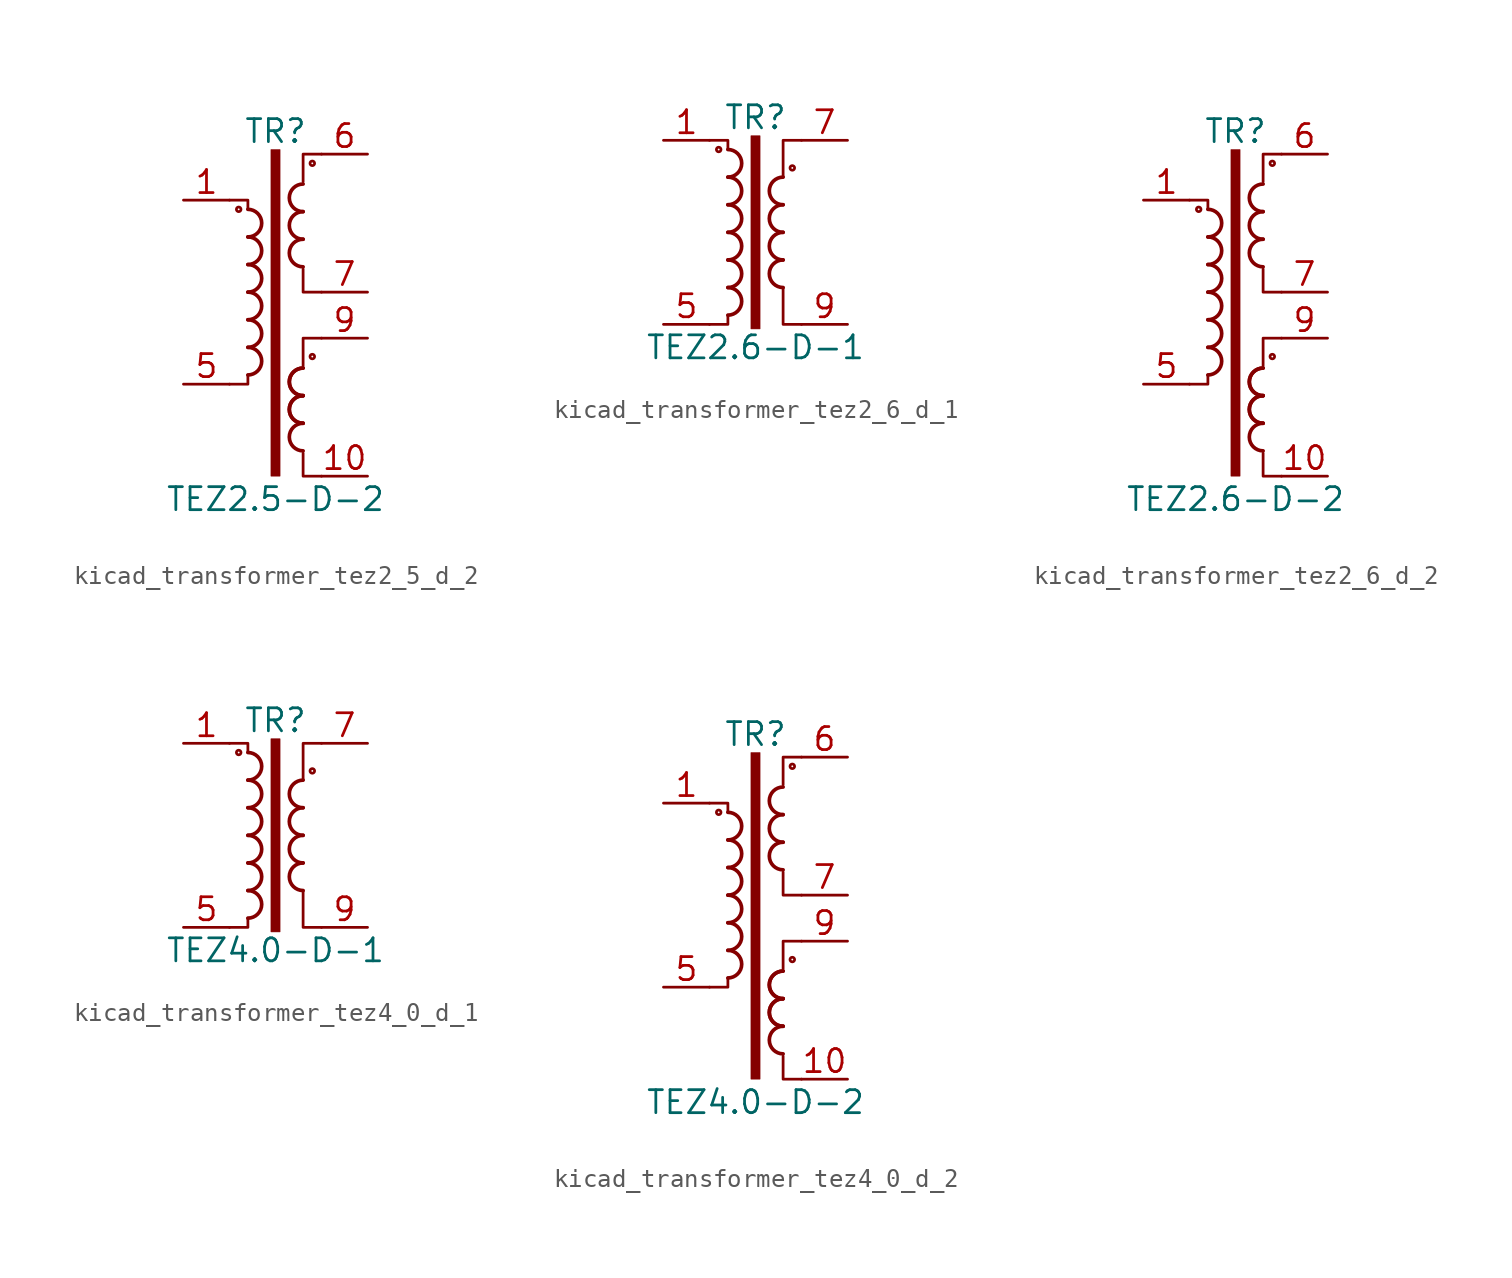
<source format=kicad_sym>
(kicad_symbol_lib
  (version 20220914)
  (generator kicad_symbol_editor)
  (symbol "kicad_transformer_tez2_5_d_2"
    (pin_names
      (offset 0.025))
    (property "Reference" "TR"
      (at 0 8.89 0)
      (effects (font (size 1.27 1.27))))
    (property "Value" "TEZ2.5-D-2"
      (at 0 -11.43 0)
      (effects (font (size 1.27 1.27))))
    (symbol "kicad_transformer_tez2_5_d_2_0_1"
      (circle (center -2.032 4.572) (radius 0.127) (stroke (width 0) (type default)) (fill (type none)))
      (arc (start -1.524 -4.572) (mid -0.7653 -3.81) (end -1.524 -3.048) (stroke (width 0.2032) (type default)) (fill (type none)))
      (arc (start -1.524 -3.048) (mid -0.7653 -2.286) (end -1.524 -1.524) (stroke (width 0.2032) (type default)) (fill (type none)))
      (arc (start -1.524 -1.524) (mid -0.7653 -0.762) (end -1.524 0) (stroke (width 0.2032) (type default)) (fill (type none)))
      (arc (start -1.524 0) (mid -0.7653 0.762) (end -1.524 1.524) (stroke (width 0.2032) (type default)) (fill (type none)))
      (arc (start -1.524 1.524) (mid -0.7653 2.286) (end -1.524 3.048) (stroke (width 0.2032) (type default)) (fill (type none)))
      (arc (start -1.524 3.048) (mid -0.7653 3.81) (end -1.524 4.572) (stroke (width 0.2032) (type default)) (fill (type none)))
      (rectangle (start -0.254 7.874) (end 0.254 -10.16) (stroke (width 0.025) (type default)) (fill (type outline)))
      (polyline (pts (xy -1.524 -4.572) (xy -1.524 -5.08) (xy -2.54 -5.08)) (stroke (width 0) (type default)) (fill (type none)))
      (polyline (pts (xy -1.524 4.572) (xy -1.524 5.08) (xy -2.54 5.08)) (stroke (width 0) (type default)) (fill (type none)))
      (polyline (pts (xy 1.524 -8.89) (xy 1.524 -10.16) (xy 2.54 -10.16)) (stroke (width 0) (type default)) (fill (type none)))
      (polyline (pts (xy 2.54 -2.54) (xy 1.524 -2.54) (xy 1.524 -4.064)) (stroke (width 0) (type default)) (fill (type none)))
      (polyline (pts (xy 2.54 0) (xy 1.524 0) (xy 1.524 1.27)) (stroke (width 0) (type default)) (fill (type none)))
      (polyline (pts (xy 2.54 7.62) (xy 1.524 7.62) (xy 1.524 6.096)) (stroke (width 0) (type default)) (fill (type none)))
      (arc (start 1.524 -7.239) (mid 0.7653 -8.001) (end 1.524 -8.763) (stroke (width 0.2032) (type default)) (fill (type none)))
      (arc (start 1.524 -5.715) (mid 0.7653 -6.477) (end 1.524 -7.239) (stroke (width 0.2032) (type default)) (fill (type none)))
      (arc (start 1.524 -5.715) (mid 0.7653 -6.477) (end 1.524 -7.239) (stroke (width 0.2032) (type default)) (fill (type none)))
      (arc (start 1.524 -4.191) (mid 0.7653 -4.953) (end 1.524 -5.715) (stroke (width 0.2032) (type default)) (fill (type none)))
      (arc (start 1.524 -4.191) (mid 0.7653 -4.953) (end 1.524 -5.715) (stroke (width 0.2032) (type default)) (fill (type none)))
      (arc (start 1.524 2.921) (mid 0.7653 2.159) (end 1.524 1.397) (stroke (width 0.2032) (type default)) (fill (type none)))
      (arc (start 1.524 4.445) (mid 0.7653 3.683) (end 1.524 2.921) (stroke (width 0.2032) (type default)) (fill (type none)))
      (arc (start 1.524 5.969) (mid 0.7653 5.207) (end 1.524 4.445) (stroke (width 0.2032) (type default)) (fill (type none)))
      (circle (center 2.032 -3.556) (radius 0.127) (stroke (width 0) (type default)) (fill (type none)))
      (circle (center 2.032 7.112) (radius 0.127) (stroke (width 0) (type default)) (fill (type none))))
    (symbol "kicad_transformer_tez2_5_d_2_1_1"
      (pin passive line (at -5.08 5.08 0) (length 2.54) (name "~" (effects (font (size 1.27 1.27)))) (number "1" (effects (font (size 1.27 1.27)))))
      (pin passive line (at 5.08 -10.16 180) (length 2.54) (name "~" (effects (font (size 1.27 1.27)))) (number "10" (effects (font (size 1.27 1.27)))))
      (pin passive line (at -5.08 -5.08 0) (length 2.54) (name "~" (effects (font (size 1.27 1.27)))) (number "5" (effects (font (size 1.27 1.27)))))
      (pin passive line (at 5.08 7.62 180) (length 2.54) (name "~" (effects (font (size 1.27 1.27)))) (number "6" (effects (font (size 1.27 1.27)))))
      (pin passive line (at 5.08 0 180) (length 2.54) (name "~" (effects (font (size 1.27 1.27)))) (number "7" (effects (font (size 1.27 1.27)))))
      (pin passive line (at 5.08 -2.54 180) (length 2.54) (name "~" (effects (font (size 1.27 1.27)))) (number "9" (effects (font (size 1.27 1.27)))))))
  (symbol "kicad_transformer_tez2_6_d_1"
    (pin_names
      (offset 0.025))
    (property "Reference" "TR"
      (at 0 6.35 0)
      (effects (font (size 1.27 1.27))))
    (property "Value" "TEZ2.6-D-1"
      (at 0 -6.35 0)
      (effects (font (size 1.27 1.27))))
    (symbol "kicad_transformer_tez2_6_d_1_0_1"
      (circle (center -2.032 4.572) (radius 0.127) (stroke (width 0) (type default)) (fill (type none)))
      (arc (start -1.524 -4.572) (mid -0.7653 -3.81) (end -1.524 -3.048) (stroke (width 0.2032) (type default)) (fill (type none)))
      (arc (start -1.524 -3.048) (mid -0.7653 -2.286) (end -1.524 -1.524) (stroke (width 0.2032) (type default)) (fill (type none)))
      (arc (start -1.524 -1.524) (mid -0.7653 -0.762) (end -1.524 0) (stroke (width 0.2032) (type default)) (fill (type none)))
      (arc (start -1.524 0) (mid -0.7653 0.762) (end -1.524 1.524) (stroke (width 0.2032) (type default)) (fill (type none)))
      (arc (start -1.524 1.524) (mid -0.7653 2.286) (end -1.524 3.048) (stroke (width 0.2032) (type default)) (fill (type none)))
      (arc (start -1.524 3.048) (mid -0.7653 3.81) (end -1.524 4.572) (stroke (width 0.2032) (type default)) (fill (type none)))
      (rectangle (start -0.254 5.334) (end 0.254 -5.334) (stroke (width 0.025) (type default)) (fill (type outline)))
      (polyline (pts (xy -1.524 -4.572) (xy -1.524 -5.08) (xy -2.54 -5.08)) (stroke (width 0) (type default)) (fill (type none)))
      (polyline (pts (xy -1.524 4.572) (xy -1.524 5.08) (xy -2.54 5.08)) (stroke (width 0) (type default)) (fill (type none)))
      (polyline (pts (xy 1.524 3.048) (xy 1.524 5.08) (xy 2.54 5.08) (xy 2.54 5.08)) (stroke (width 0.152) (type default)) (fill (type none)))
      (polyline (pts (xy 2.54 -5.08) (xy 1.524 -5.08) (xy 1.524 -3.048) (xy 1.524 -3.048)) (stroke (width 0.152) (type default)) (fill (type none)))
      (arc (start 1.524 -1.524) (mid 0.7653 -2.286) (end 1.524 -3.048) (stroke (width 0.2032) (type default)) (fill (type none)))
      (arc (start 1.524 0) (mid 0.7653 -0.762) (end 1.524 -1.524) (stroke (width 0.2032) (type default)) (fill (type none)))
      (arc (start 1.524 1.524) (mid 0.7653 0.762) (end 1.524 0) (stroke (width 0.2032) (type default)) (fill (type none)))
      (arc (start 1.524 3.048) (mid 0.7653 2.286) (end 1.524 1.524) (stroke (width 0.2032) (type default)) (fill (type none)))
      (circle (center 2.032 3.556) (radius 0.127) (stroke (width 0) (type default)) (fill (type none))))
    (symbol "kicad_transformer_tez2_6_d_1_1_1"
      (pin passive line (at -5.08 5.08 0) (length 2.54) (name "~" (effects (font (size 1.27 1.27)))) (number "1" (effects (font (size 1.27 1.27)))))
      (pin passive line (at -5.08 -5.08 0) (length 2.54) (name "~" (effects (font (size 1.27 1.27)))) (number "5" (effects (font (size 1.27 1.27)))))
      (pin passive line (at 5.08 5.08 180) (length 2.54) (name "~" (effects (font (size 1.27 1.27)))) (number "7" (effects (font (size 1.27 1.27)))))
      (pin passive line (at 5.08 -5.08 180) (length 2.54) (name "~" (effects (font (size 1.27 1.27)))) (number "9" (effects (font (size 1.27 1.27)))))))
  (symbol "kicad_transformer_tez2_6_d_2"
    (pin_names
      (offset 0.025))
    (property "Reference" "TR"
      (at 0 8.89 0)
      (effects (font (size 1.27 1.27))))
    (property "Value" "TEZ2.6-D-2"
      (at 0 -11.43 0)
      (effects (font (size 1.27 1.27))))
    (symbol "kicad_transformer_tez2_6_d_2_0_1"
      (circle (center -2.032 4.572) (radius 0.127) (stroke (width 0) (type default)) (fill (type none)))
      (arc (start -1.524 -4.572) (mid -0.7653 -3.81) (end -1.524 -3.048) (stroke (width 0.2032) (type default)) (fill (type none)))
      (arc (start -1.524 -3.048) (mid -0.7653 -2.286) (end -1.524 -1.524) (stroke (width 0.2032) (type default)) (fill (type none)))
      (arc (start -1.524 -1.524) (mid -0.7653 -0.762) (end -1.524 0) (stroke (width 0.2032) (type default)) (fill (type none)))
      (arc (start -1.524 0) (mid -0.7653 0.762) (end -1.524 1.524) (stroke (width 0.2032) (type default)) (fill (type none)))
      (arc (start -1.524 1.524) (mid -0.7653 2.286) (end -1.524 3.048) (stroke (width 0.2032) (type default)) (fill (type none)))
      (arc (start -1.524 3.048) (mid -0.7653 3.81) (end -1.524 4.572) (stroke (width 0.2032) (type default)) (fill (type none)))
      (rectangle (start -0.254 7.874) (end 0.254 -10.16) (stroke (width 0.025) (type default)) (fill (type outline)))
      (polyline (pts (xy -1.524 -4.572) (xy -1.524 -5.08) (xy -2.54 -5.08)) (stroke (width 0) (type default)) (fill (type none)))
      (polyline (pts (xy -1.524 4.572) (xy -1.524 5.08) (xy -2.54 5.08)) (stroke (width 0) (type default)) (fill (type none)))
      (polyline (pts (xy 1.524 -8.89) (xy 1.524 -10.16) (xy 2.54 -10.16)) (stroke (width 0) (type default)) (fill (type none)))
      (polyline (pts (xy 2.54 -2.54) (xy 1.524 -2.54) (xy 1.524 -4.064)) (stroke (width 0) (type default)) (fill (type none)))
      (polyline (pts (xy 2.54 0) (xy 1.524 0) (xy 1.524 1.27)) (stroke (width 0) (type default)) (fill (type none)))
      (polyline (pts (xy 2.54 7.62) (xy 1.524 7.62) (xy 1.524 6.096)) (stroke (width 0) (type default)) (fill (type none)))
      (arc (start 1.524 -7.239) (mid 0.7653 -8.001) (end 1.524 -8.763) (stroke (width 0.2032) (type default)) (fill (type none)))
      (arc (start 1.524 -5.715) (mid 0.7653 -6.477) (end 1.524 -7.239) (stroke (width 0.2032) (type default)) (fill (type none)))
      (arc (start 1.524 -5.715) (mid 0.7653 -6.477) (end 1.524 -7.239) (stroke (width 0.2032) (type default)) (fill (type none)))
      (arc (start 1.524 -4.191) (mid 0.7653 -4.953) (end 1.524 -5.715) (stroke (width 0.2032) (type default)) (fill (type none)))
      (arc (start 1.524 -4.191) (mid 0.7653 -4.953) (end 1.524 -5.715) (stroke (width 0.2032) (type default)) (fill (type none)))
      (arc (start 1.524 2.921) (mid 0.7653 2.159) (end 1.524 1.397) (stroke (width 0.2032) (type default)) (fill (type none)))
      (arc (start 1.524 4.445) (mid 0.7653 3.683) (end 1.524 2.921) (stroke (width 0.2032) (type default)) (fill (type none)))
      (arc (start 1.524 5.969) (mid 0.7653 5.207) (end 1.524 4.445) (stroke (width 0.2032) (type default)) (fill (type none)))
      (circle (center 2.032 -3.556) (radius 0.127) (stroke (width 0) (type default)) (fill (type none)))
      (circle (center 2.032 7.112) (radius 0.127) (stroke (width 0) (type default)) (fill (type none))))
    (symbol "kicad_transformer_tez2_6_d_2_1_1"
      (pin passive line (at -5.08 5.08 0) (length 2.54) (name "~" (effects (font (size 1.27 1.27)))) (number "1" (effects (font (size 1.27 1.27)))))
      (pin passive line (at 5.08 -10.16 180) (length 2.54) (name "~" (effects (font (size 1.27 1.27)))) (number "10" (effects (font (size 1.27 1.27)))))
      (pin passive line (at -5.08 -5.08 0) (length 2.54) (name "~" (effects (font (size 1.27 1.27)))) (number "5" (effects (font (size 1.27 1.27)))))
      (pin passive line (at 5.08 7.62 180) (length 2.54) (name "~" (effects (font (size 1.27 1.27)))) (number "6" (effects (font (size 1.27 1.27)))))
      (pin passive line (at 5.08 0 180) (length 2.54) (name "~" (effects (font (size 1.27 1.27)))) (number "7" (effects (font (size 1.27 1.27)))))
      (pin passive line (at 5.08 -2.54 180) (length 2.54) (name "~" (effects (font (size 1.27 1.27)))) (number "9" (effects (font (size 1.27 1.27)))))))
  (symbol "kicad_transformer_tez4_0_d_1"
    (pin_names
      (offset 0.025))
    (property "Reference" "TR"
      (at 0 6.35 0)
      (effects (font (size 1.27 1.27))))
    (property "Value" "TEZ4.0-D-1"
      (at 0 -6.35 0)
      (effects (font (size 1.27 1.27))))
    (symbol "kicad_transformer_tez4_0_d_1_0_1"
      (circle (center -2.032 4.572) (radius 0.127) (stroke (width 0) (type default)) (fill (type none)))
      (arc (start -1.524 -4.572) (mid -0.7653 -3.81) (end -1.524 -3.048) (stroke (width 0.2032) (type default)) (fill (type none)))
      (arc (start -1.524 -3.048) (mid -0.7653 -2.286) (end -1.524 -1.524) (stroke (width 0.2032) (type default)) (fill (type none)))
      (arc (start -1.524 -1.524) (mid -0.7653 -0.762) (end -1.524 0) (stroke (width 0.2032) (type default)) (fill (type none)))
      (arc (start -1.524 0) (mid -0.7653 0.762) (end -1.524 1.524) (stroke (width 0.2032) (type default)) (fill (type none)))
      (arc (start -1.524 1.524) (mid -0.7653 2.286) (end -1.524 3.048) (stroke (width 0.2032) (type default)) (fill (type none)))
      (arc (start -1.524 3.048) (mid -0.7653 3.81) (end -1.524 4.572) (stroke (width 0.2032) (type default)) (fill (type none)))
      (rectangle (start -0.254 5.334) (end 0.254 -5.334) (stroke (width 0.025) (type default)) (fill (type outline)))
      (polyline (pts (xy -1.524 -4.572) (xy -1.524 -5.08) (xy -2.54 -5.08)) (stroke (width 0) (type default)) (fill (type none)))
      (polyline (pts (xy -1.524 4.572) (xy -1.524 5.08) (xy -2.54 5.08)) (stroke (width 0) (type default)) (fill (type none)))
      (polyline (pts (xy 1.524 3.048) (xy 1.524 5.08) (xy 2.54 5.08) (xy 2.54 5.08)) (stroke (width 0.152) (type default)) (fill (type none)))
      (polyline (pts (xy 2.54 -5.08) (xy 1.524 -5.08) (xy 1.524 -3.048) (xy 1.524 -3.048)) (stroke (width 0.152) (type default)) (fill (type none)))
      (arc (start 1.524 -1.524) (mid 0.7653 -2.286) (end 1.524 -3.048) (stroke (width 0.2032) (type default)) (fill (type none)))
      (arc (start 1.524 0) (mid 0.7653 -0.762) (end 1.524 -1.524) (stroke (width 0.2032) (type default)) (fill (type none)))
      (arc (start 1.524 1.524) (mid 0.7653 0.762) (end 1.524 0) (stroke (width 0.2032) (type default)) (fill (type none)))
      (arc (start 1.524 3.048) (mid 0.7653 2.286) (end 1.524 1.524) (stroke (width 0.2032) (type default)) (fill (type none)))
      (circle (center 2.032 3.556) (radius 0.127) (stroke (width 0) (type default)) (fill (type none))))
    (symbol "kicad_transformer_tez4_0_d_1_1_1"
      (pin passive line (at -5.08 5.08 0) (length 2.54) (name "~" (effects (font (size 1.27 1.27)))) (number "1" (effects (font (size 1.27 1.27)))))
      (pin passive line (at -5.08 -5.08 0) (length 2.54) (name "~" (effects (font (size 1.27 1.27)))) (number "5" (effects (font (size 1.27 1.27)))))
      (pin passive line (at 5.08 5.08 180) (length 2.54) (name "~" (effects (font (size 1.27 1.27)))) (number "7" (effects (font (size 1.27 1.27)))))
      (pin passive line (at 5.08 -5.08 180) (length 2.54) (name "~" (effects (font (size 1.27 1.27)))) (number "9" (effects (font (size 1.27 1.27)))))))
  (symbol "kicad_transformer_tez4_0_d_2"
    (pin_names
      (offset 0.025))
    (property "Reference" "TR"
      (at 0 8.89 0)
      (effects (font (size 1.27 1.27))))
    (property "Value" "TEZ4.0-D-2"
      (at 0 -11.43 0)
      (effects (font (size 1.27 1.27))))
    (symbol "kicad_transformer_tez4_0_d_2_0_1"
      (circle (center -2.032 4.572) (radius 0.127) (stroke (width 0) (type default)) (fill (type none)))
      (arc (start -1.524 -4.572) (mid -0.7653 -3.81) (end -1.524 -3.048) (stroke (width 0.2032) (type default)) (fill (type none)))
      (arc (start -1.524 -3.048) (mid -0.7653 -2.286) (end -1.524 -1.524) (stroke (width 0.2032) (type default)) (fill (type none)))
      (arc (start -1.524 -1.524) (mid -0.7653 -0.762) (end -1.524 0) (stroke (width 0.2032) (type default)) (fill (type none)))
      (arc (start -1.524 0) (mid -0.7653 0.762) (end -1.524 1.524) (stroke (width 0.2032) (type default)) (fill (type none)))
      (arc (start -1.524 1.524) (mid -0.7653 2.286) (end -1.524 3.048) (stroke (width 0.2032) (type default)) (fill (type none)))
      (arc (start -1.524 3.048) (mid -0.7653 3.81) (end -1.524 4.572) (stroke (width 0.2032) (type default)) (fill (type none)))
      (rectangle (start -0.254 7.874) (end 0.254 -10.16) (stroke (width 0.025) (type default)) (fill (type outline)))
      (polyline (pts (xy -1.524 -4.572) (xy -1.524 -5.08) (xy -2.54 -5.08)) (stroke (width 0) (type default)) (fill (type none)))
      (polyline (pts (xy -1.524 4.572) (xy -1.524 5.08) (xy -2.54 5.08)) (stroke (width 0) (type default)) (fill (type none)))
      (polyline (pts (xy 1.524 -8.89) (xy 1.524 -10.16) (xy 2.54 -10.16)) (stroke (width 0) (type default)) (fill (type none)))
      (polyline (pts (xy 2.54 -2.54) (xy 1.524 -2.54) (xy 1.524 -4.064)) (stroke (width 0) (type default)) (fill (type none)))
      (polyline (pts (xy 2.54 0) (xy 1.524 0) (xy 1.524 1.27)) (stroke (width 0) (type default)) (fill (type none)))
      (polyline (pts (xy 2.54 7.62) (xy 1.524 7.62) (xy 1.524 6.096)) (stroke (width 0) (type default)) (fill (type none)))
      (arc (start 1.524 -7.239) (mid 0.7653 -8.001) (end 1.524 -8.763) (stroke (width 0.2032) (type default)) (fill (type none)))
      (arc (start 1.524 -5.715) (mid 0.7653 -6.477) (end 1.524 -7.239) (stroke (width 0.2032) (type default)) (fill (type none)))
      (arc (start 1.524 -5.715) (mid 0.7653 -6.477) (end 1.524 -7.239) (stroke (width 0.2032) (type default)) (fill (type none)))
      (arc (start 1.524 -4.191) (mid 0.7653 -4.953) (end 1.524 -5.715) (stroke (width 0.2032) (type default)) (fill (type none)))
      (arc (start 1.524 -4.191) (mid 0.7653 -4.953) (end 1.524 -5.715) (stroke (width 0.2032) (type default)) (fill (type none)))
      (arc (start 1.524 2.921) (mid 0.7653 2.159) (end 1.524 1.397) (stroke (width 0.2032) (type default)) (fill (type none)))
      (arc (start 1.524 4.445) (mid 0.7653 3.683) (end 1.524 2.921) (stroke (width 0.2032) (type default)) (fill (type none)))
      (arc (start 1.524 5.969) (mid 0.7653 5.207) (end 1.524 4.445) (stroke (width 0.2032) (type default)) (fill (type none)))
      (circle (center 2.032 -3.556) (radius 0.127) (stroke (width 0) (type default)) (fill (type none)))
      (circle (center 2.032 7.112) (radius 0.127) (stroke (width 0) (type default)) (fill (type none))))
    (symbol "kicad_transformer_tez4_0_d_2_1_1"
      (pin passive line (at -5.08 5.08 0) (length 2.54) (name "~" (effects (font (size 1.27 1.27)))) (number "1" (effects (font (size 1.27 1.27)))))
      (pin passive line (at 5.08 -10.16 180) (length 2.54) (name "~" (effects (font (size 1.27 1.27)))) (number "10" (effects (font (size 1.27 1.27)))))
      (pin passive line (at -5.08 -5.08 0) (length 2.54) (name "~" (effects (font (size 1.27 1.27)))) (number "5" (effects (font (size 1.27 1.27)))))
      (pin passive line (at 5.08 7.62 180) (length 2.54) (name "~" (effects (font (size 1.27 1.27)))) (number "6" (effects (font (size 1.27 1.27)))))
      (pin passive line (at 5.08 0 180) (length 2.54) (name "~" (effects (font (size 1.27 1.27)))) (number "7" (effects (font (size 1.27 1.27)))))
      (pin passive line (at 5.08 -2.54 180) (length 2.54) (name "~" (effects (font (size 1.27 1.27)))) (number "9" (effects (font (size 1.27 1.27))))))))
</source>
